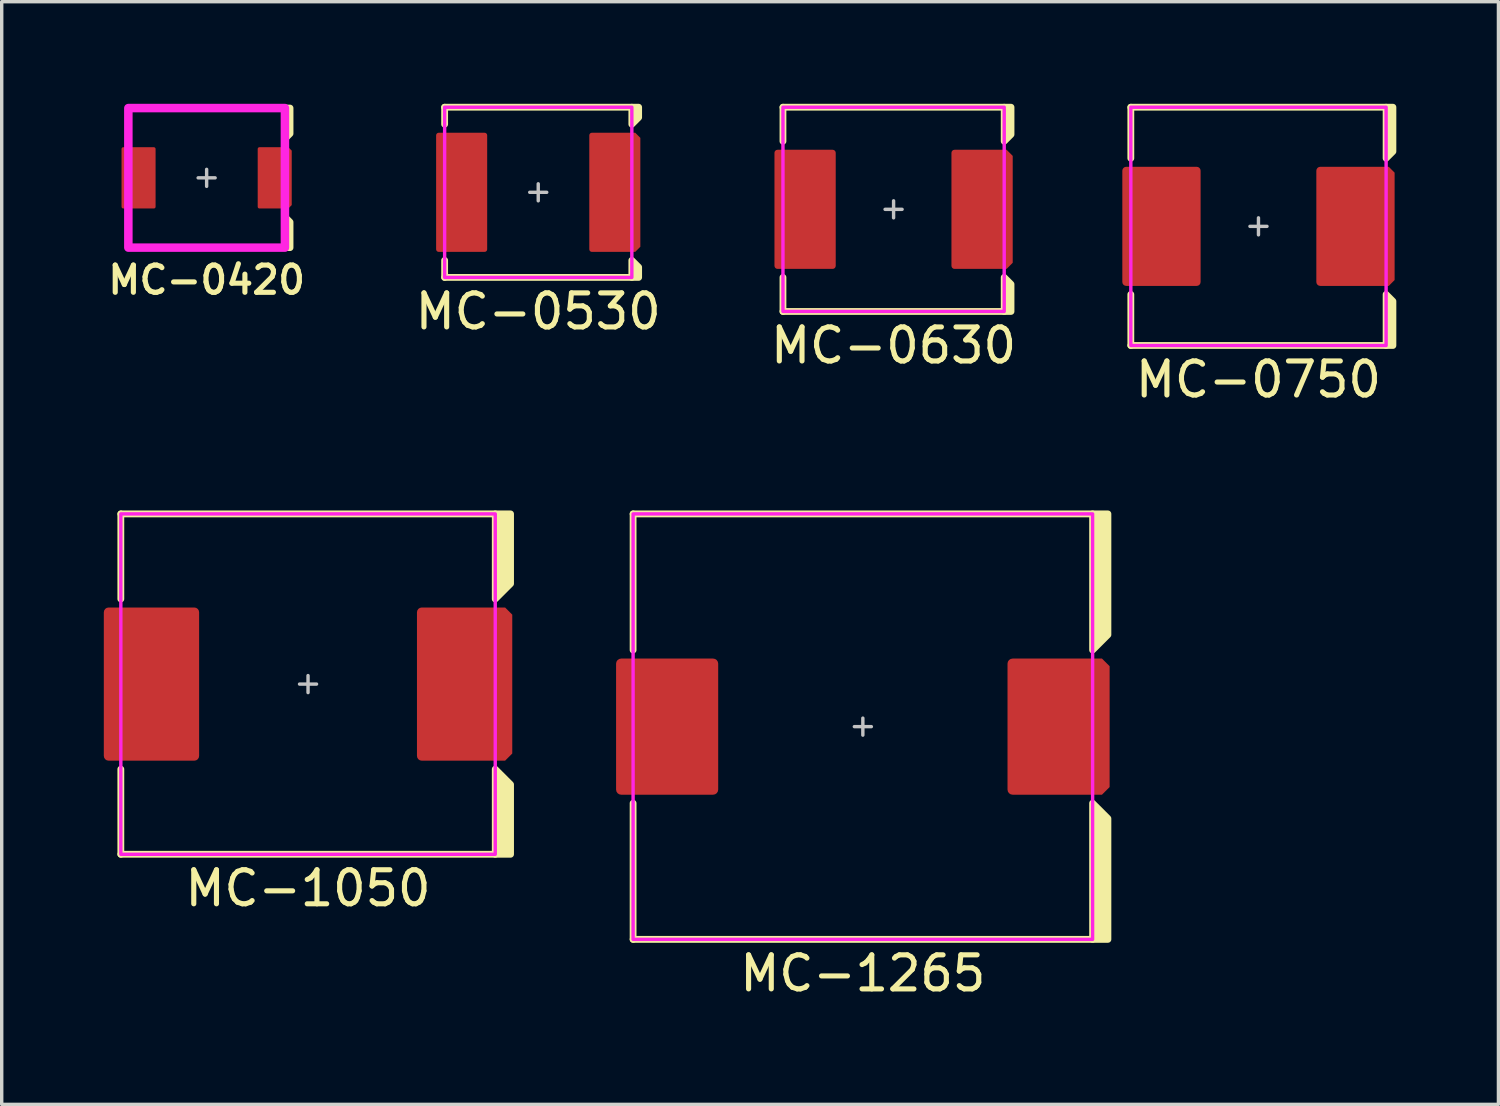
<source format=kicad_pcb>
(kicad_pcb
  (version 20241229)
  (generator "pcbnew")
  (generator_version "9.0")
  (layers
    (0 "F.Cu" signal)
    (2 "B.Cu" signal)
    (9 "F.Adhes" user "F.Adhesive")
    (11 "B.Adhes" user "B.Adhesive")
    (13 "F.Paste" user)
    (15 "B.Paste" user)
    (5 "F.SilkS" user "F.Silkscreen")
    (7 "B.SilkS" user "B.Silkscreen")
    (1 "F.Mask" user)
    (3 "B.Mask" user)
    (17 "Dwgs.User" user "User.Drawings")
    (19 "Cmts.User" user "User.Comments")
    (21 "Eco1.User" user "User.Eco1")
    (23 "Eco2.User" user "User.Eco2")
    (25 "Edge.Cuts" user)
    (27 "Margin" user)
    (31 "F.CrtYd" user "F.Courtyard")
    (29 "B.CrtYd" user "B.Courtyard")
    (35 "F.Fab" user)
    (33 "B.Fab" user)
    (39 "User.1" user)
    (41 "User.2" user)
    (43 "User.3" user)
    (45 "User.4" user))
  (footprint "MC-0630"
    (layer "F.Cu")
    (at 23.203 3.1)
    (property "Reference" "MC-0630" (at 0 4 0) (unlocked yes) (layer "F.SilkS") (effects (font (size 1 1) (thickness 0.15))))
    (attr smd)
    (fp_line (start -3.25 -3) (end 3.25 -3) (stroke (width 0.2) (type solid)) (layer "F.SilkS"))
    (fp_line (start -3.25 -2) (end -3.25 -3) (stroke (width 0.2) (type solid)) (layer "F.SilkS"))
    (fp_line (start -3.25 3) (end -3.25 2) (stroke (width 0.2) (type solid)) (layer "F.SilkS"))
    (fp_line (start 3.25 3) (end -3.25 3) (stroke (width 0.2) (type solid)) (layer "F.SilkS"))
    (fp_poly (pts (xy 3.25 -2) (xy 3.45 -2.2) (xy 3.45 -3) (xy 3.25 -3)) (stroke (width 0.2) (type solid)) (fill yes) (layer "F.SilkS"))
    (fp_poly (pts (xy 3.25 2) (xy 3.45 2.2) (xy 3.45 3) (xy 3.25 3)) (stroke (width 0.2) (type solid)) (fill yes) (layer "F.SilkS"))
    (fp_poly (pts (xy -1.85 -0.1) (xy -3.35 -0.1) (xy -3.35 -1.6) (xy -1.85 -1.6)) (stroke (width 0) (type solid)) (fill yes) (layer "F.Paste"))
    (fp_poly (pts (xy -1.85 1.6) (xy -3.35 1.6) (xy -3.35 0.1) (xy -1.85 0.1)) (stroke (width 0) (type solid)) (fill yes) (layer "F.Paste"))
    (fp_poly (pts (xy 1.85 -0.1) (xy 3.35 -0.1) (xy 3.35 -1.5) (xy 3.25 -1.6) (xy 1.85 -1.6)) (stroke (width 0) (type solid)) (fill yes) (layer "F.Paste"))
    (fp_poly (pts (xy 1.85 0.1) (xy 3.35 0.1) (xy 3.35 1.5) (xy 3.25 1.6) (xy 1.85 1.6)) (stroke (width 0) (type solid)) (fill yes) (layer "F.Paste"))
    (fp_line (start -0.25 0) (end 0.25 0) (stroke (width 0.1) (type solid)) (layer "Dwgs.User"))
    (fp_line (start 0 -0.25) (end 0 0.25) (stroke (width 0.1) (type solid)) (layer "Dwgs.User"))
    (fp_poly (pts (xy 3.25 3) (xy -3.25 3) (xy -3.25 -3) (xy 3.25 -3)) (stroke (width 0.1) (type solid)) (fill no) (layer "F.CrtYd"))
    (pad "1" smd roundrect (at 2.6 0 90) (size 3.5 1.8) (layers "F.Cu" "F.Mask") (roundrect_rratio 0.05) (chamfer_ratio 0.1) (chamfer bottom_left bottom_right))
    (pad "2" smd roundrect (at -2.6 0 90) (size 3.5 1.8) (layers "F.Cu" "F.Mask") (roundrect_rratio 0.05)))
  (footprint "MC-0420"
    (layer "F.Cu")
    (at 3.021 2.175)
    (property "Reference" "MC-0420" (at 0 3 0) (unlocked yes) (layer "F.SilkS") (effects (font (size 0.8 0.8) (thickness 0.15))))
    (attr smd)
    (fp_line (start -2.3 -2.05) (end -2.3 -1.15) (stroke (width 0.2) (type solid)) (layer "F.SilkS"))
    (fp_line (start -2.3 1.15) (end -2.3 2.05) (stroke (width 0.2) (type solid)) (layer "F.SilkS"))
    (fp_line (start -2.3 2.05) (end 2.3 2.05) (stroke (width 0.2) (type solid)) (layer "F.SilkS"))
    (fp_line (start 2.3 -2.05) (end -2.3 -2.05) (stroke (width 0.2) (type solid)) (layer "F.SilkS"))
    (fp_poly (pts (xy 2.3 -1.15) (xy 2.45 -1.3) (xy 2.45 -2.05) (xy 2.3 -2.05)) (stroke (width 0.2) (type solid)) (fill yes) (layer "F.SilkS"))
    (fp_poly (pts (xy 2.3 1.15) (xy 2.45 1.3) (xy 2.45 2.05) (xy 2.3 2.05)) (stroke (width 0.2) (type solid)) (fill yes) (layer "F.SilkS"))
    (fp_rect (start -2.4 -0.8) (end -1.6 -0.075) (stroke (width 0) (type solid)) (fill yes) (layer "F.Paste"))
    (fp_rect (start -2.4 0.075) (end -1.6 0.8) (stroke (width 0) (type solid)) (fill yes) (layer "F.Paste"))
    (fp_poly (pts (xy 2.4 -0.75) (xy 2.4 -0.075) (xy 1.6 -0.075) (xy 1.6 -0.8) (xy 2.35 -0.8)) (stroke (width 0) (type solid)) (fill yes) (layer "F.Paste"))
    (fp_poly (pts (xy 2.4 0.75) (xy 2.4 0.075) (xy 1.6 0.075) (xy 1.6 0.8) (xy 2.35 0.8)) (stroke (width 0) (type solid)) (fill yes) (layer "F.Paste"))
    (fp_line (start -0.25 0) (end 0.25 0) (stroke (width 0.1) (type solid)) (layer "Dwgs.User"))
    (fp_line (start 0 -0.25) (end 0 0.25) (stroke (width 0.1) (type solid)) (layer "Dwgs.User"))
    (fp_rect (start -2.3 -2.05) (end 2.3 2.05) (stroke (width 0.25) (type solid)) (fill no) (layer "F.CrtYd"))
    (pad "1" smd roundrect (at 2 0 90) (size 1.8 1) (layers "F.Cu" "F.Mask") (roundrect_rratio 0.05) (chamfer_ratio 0.1) (chamfer bottom_left bottom_right))
    (pad "2" smd roundrect (at -2 0 90) (size 1.8 1) (layers "F.Cu" "F.Mask") (roundrect_rratio 0.05)))
  (footprint "MC-0530"
    (layer "F.Cu")
    (at 12.763 2.6)
    (property "Reference" "MC-0530" (at 0 3.5 0) (unlocked yes) (layer "F.SilkS") (effects (font (size 1 1) (thickness 0.15))))
    (attr smd)
    (fp_line (start -2.75 -2.5) (end 2.75 -2.5) (stroke (width 0.2) (type solid)) (layer "F.SilkS"))
    (fp_line (start -2.75 -2) (end -2.75 -2.5) (stroke (width 0.2) (type solid)) (layer "F.SilkS"))
    (fp_line (start -2.75 2.5) (end -2.75 2) (stroke (width 0.2) (type solid)) (layer "F.SilkS"))
    (fp_line (start 2.75 2.5) (end -2.75 2.5) (stroke (width 0.2) (type solid)) (layer "F.SilkS"))
    (fp_poly (pts (xy 2.75 -2) (xy 2.95 -2.2) (xy 2.95 -2.5) (xy 2.75 -2.5)) (stroke (width 0.2) (type solid)) (fill yes) (layer "F.SilkS"))
    (fp_poly (pts (xy 2.75 2) (xy 2.95 2.2) (xy 2.95 2.5) (xy 2.75 2.5)) (stroke (width 0.2) (type solid)) (fill yes) (layer "F.SilkS"))
    (fp_poly (pts (xy -1.65 -1.3) (xy -2.85 -1.3) (xy -2.85 -1.6) (xy -1.65 -1.6)) (stroke (width 0) (type solid)) (fill yes) (layer "F.Paste"))
    (fp_poly (pts (xy -1.65 -0.1) (xy -2.85 -0.1) (xy -2.85 -1.1) (xy -1.65 -1.1)) (stroke (width 0) (type solid)) (fill yes) (layer "F.Paste"))
    (fp_poly (pts (xy -1.65 1.1) (xy -2.85 1.1) (xy -2.85 0.1) (xy -1.65 0.1)) (stroke (width 0) (type solid)) (fill yes) (layer "F.Paste"))
    (fp_poly (pts (xy -1.65 1.6) (xy -2.85 1.6) (xy -2.85 1.3) (xy -1.65 1.3)) (stroke (width 0) (type solid)) (fill yes) (layer "F.Paste"))
    (fp_poly (pts (xy 2.85 -0.1) (xy 1.65 -0.1) (xy 1.65 -1.1) (xy 2.85 -1.1)) (stroke (width 0) (type solid)) (fill yes) (layer "F.Paste"))
    (fp_poly (pts (xy 2.85 1.1) (xy 1.65 1.1) (xy 1.65 0.1) (xy 2.85 0.1)) (stroke (width 0) (type solid)) (fill yes) (layer "F.Paste"))
    (fp_poly (pts (xy 1.65 -1.3) (xy 2.85 -1.3) (xy 2.85 -1.5) (xy 2.75 -1.6) (xy 1.65 -1.6)) (stroke (width 0) (type solid)) (fill yes) (layer "F.Paste"))
    (fp_poly (pts (xy 1.65 1.3) (xy 2.85 1.3) (xy 2.85 1.5) (xy 2.75 1.6) (xy 1.65 1.6)) (stroke (width 0) (type solid)) (fill yes) (layer "F.Paste"))
    (fp_line (start -0.25 0) (end 0.25 0) (stroke (width 0.1) (type solid)) (layer "Dwgs.User"))
    (fp_line (start 0 -0.25) (end 0 0.25) (stroke (width 0.1) (type solid)) (layer "Dwgs.User"))
    (fp_poly (pts (xy 2.75 2.5) (xy -2.75 2.5) (xy -2.75 -2.5) (xy 2.75 -2.5)) (stroke (width 0.1) (type solid)) (fill no) (layer "F.CrtYd"))
    (pad "1" smd roundrect (at 2.25 0 90) (size 3.5 1.5) (layers "F.Cu" "F.Mask") (roundrect_rratio 0.05) (chamfer_ratio 0.1) (chamfer bottom_left bottom_right))
    (pad "2" smd roundrect (at -2.25 0 90) (size 3.5 1.5) (layers "F.Cu" "F.Mask") (roundrect_rratio 0.05)))
  (footprint "MC-1050"
    (layer "F.Cu")
    (at 6 17.048)
    (property "Reference" "MC-1050" (at 0 6 0) (unlocked yes) (layer "F.SilkS") (effects (font (size 1 1) (thickness 0.15))))
    (attr smd)
    (fp_line (start -5.5 -5) (end 5.5 -5) (stroke (width 0.2) (type solid)) (layer "F.SilkS"))
    (fp_line (start -5.5 -2.5) (end -5.5 -5) (stroke (width 0.2) (type solid)) (layer "F.SilkS"))
    (fp_line (start -5.5 5) (end -5.5 2.5) (stroke (width 0.2) (type solid)) (layer "F.SilkS"))
    (fp_line (start 5.5 5) (end -5.5 5) (stroke (width 0.2) (type solid)) (layer "F.SilkS"))
    (fp_poly (pts (xy 5.5 -2.5) (xy 5.95 -2.95) (xy 5.95 -5) (xy 5.5 -5)) (stroke (width 0.2) (type solid)) (fill yes) (layer "F.SilkS"))
    (fp_poly (pts (xy 5.5 2.5) (xy 5.95 2.95) (xy 5.95 5) (xy 5.5 5)) (stroke (width 0.2) (type solid)) (fill yes) (layer "F.SilkS"))
    (fp_poly (pts (xy -5.85 -2.1) (xy -4.7 -2.1) (xy -4.7 -1.65) (xy -5.85 -1.65)) (stroke (width 0) (type solid)) (fill yes) (layer "F.Paste"))
    (fp_poly (pts (xy -5.85 -1.45) (xy -4.7 -1.45) (xy -4.7 -0.1) (xy -5.85 -0.1)) (stroke (width 0) (type solid)) (fill yes) (layer "F.Paste"))
    (fp_poly (pts (xy -5.85 0.1) (xy -4.7 0.1) (xy -4.7 1.45) (xy -5.85 1.45)) (stroke (width 0) (type solid)) (fill yes) (layer "F.Paste"))
    (fp_poly (pts (xy -5.85 1.65) (xy -4.7 1.65) (xy -4.7 2.1) (xy -5.85 2.1)) (stroke (width 0) (type solid)) (fill yes) (layer "F.Paste"))
    (fp_poly (pts (xy -4.5 -2.1) (xy -3.35 -2.1) (xy -3.35 -1.65) (xy -4.5 -1.65)) (stroke (width 0) (type solid)) (fill yes) (layer "F.Paste"))
    (fp_poly (pts (xy -4.5 -1.45) (xy -3.35 -1.45) (xy -3.35 -0.1) (xy -4.5 -0.1)) (stroke (width 0) (type solid)) (fill yes) (layer "F.Paste"))
    (fp_poly (pts (xy -4.5 0.1) (xy -3.35 0.1) (xy -3.35 1.45) (xy -4.5 1.45)) (stroke (width 0) (type solid)) (fill yes) (layer "F.Paste"))
    (fp_poly (pts (xy -4.5 1.65) (xy -3.35 1.65) (xy -3.35 2.1) (xy -4.5 2.1)) (stroke (width 0) (type solid)) (fill yes) (layer "F.Paste"))
    (fp_poly (pts (xy 3.35 -2.1) (xy 4.5 -2.1) (xy 4.5 -1.65) (xy 3.35 -1.65)) (stroke (width 0) (type solid)) (fill yes) (layer "F.Paste"))
    (fp_poly (pts (xy 3.35 -1.45) (xy 4.5 -1.45) (xy 4.5 -0.1) (xy 3.35 -0.1)) (stroke (width 0) (type solid)) (fill yes) (layer "F.Paste"))
    (fp_poly (pts (xy 3.35 0.1) (xy 4.5 0.1) (xy 4.5 1.45) (xy 3.35 1.45)) (stroke (width 0) (type solid)) (fill yes) (layer "F.Paste"))
    (fp_poly (pts (xy 3.35 1.65) (xy 4.5 1.65) (xy 4.5 2.1) (xy 3.35 2.1)) (stroke (width 0) (type solid)) (fill yes) (layer "F.Paste"))
    (fp_poly (pts (xy 4.7 -1.45) (xy 5.85 -1.45) (xy 5.85 -0.1) (xy 4.7 -0.1)) (stroke (width 0) (type solid)) (fill yes) (layer "F.Paste"))
    (fp_poly (pts (xy 4.7 0.1) (xy 5.85 0.1) (xy 5.85 1.45) (xy 4.7 1.45)) (stroke (width 0) (type solid)) (fill yes) (layer "F.Paste"))
    (fp_poly (pts (xy 4.7 -1.65) (xy 5.85 -1.65) (xy 5.85 -2) (xy 5.75 -2.1) (xy 4.7 -2.1)) (stroke (width 0) (type solid)) (fill yes) (layer "F.Paste"))
    (fp_poly (pts (xy 4.7 1.65) (xy 5.85 1.65) (xy 5.85 2) (xy 5.75 2.1) (xy 4.7 2.1)) (stroke (width 0) (type solid)) (fill yes) (layer "F.Paste"))
    (fp_line (start -0.25 0) (end 0.25 0) (stroke (width 0.1) (type solid)) (layer "Dwgs.User"))
    (fp_line (start 0 -0.25) (end 0 0.25) (stroke (width 0.1) (type solid)) (layer "Dwgs.User"))
    (fp_poly (pts (xy 5.5 5) (xy -5.5 5) (xy -5.5 -5) (xy 5.5 -5)) (stroke (width 0.1) (type solid)) (fill no) (layer "F.CrtYd"))
    (pad "1" smd roundrect (at 4.6 0 90) (size 4.5 2.8) (layers "F.Cu" "F.Mask") (roundrect_rratio 0.05) (chamfer_ratio 0.075) (chamfer bottom_left bottom_right))
    (pad "2" smd roundrect (at -4.6 0 90) (size 4.5 2.8) (layers "F.Cu" "F.Mask") (roundrect_rratio 0.05)))
  (footprint "MC-0750"
    (layer "F.Cu")
    (at 33.923 3.6)
    (property "Reference" "MC-0750" (at 0 4.5 0) (unlocked yes) (layer "F.SilkS") (effects (font (size 1 1) (thickness 0.15))))
    (attr smd)
    (fp_line (start -3.75 -3.5) (end 3.75 -3.5) (stroke (width 0.2) (type solid)) (layer "F.SilkS"))
    (fp_line (start -3.75 -2) (end -3.75 -3.5) (stroke (width 0.2) (type solid)) (layer "F.SilkS"))
    (fp_line (start -3.75 3.5) (end -3.75 2) (stroke (width 0.2) (type solid)) (layer "F.SilkS"))
    (fp_line (start 3.75 3.5) (end -3.75 3.5) (stroke (width 0.2) (type solid)) (layer "F.SilkS"))
    (fp_poly (pts (xy 3.75 -2) (xy 3.95 -2.2) (xy 3.95 -3.5) (xy 3.75 -3.5)) (stroke (width 0.2) (type solid)) (fill yes) (layer "F.SilkS"))
    (fp_poly (pts (xy 3.75 2) (xy 3.95 2.2) (xy 3.95 3.5) (xy 3.75 3.5)) (stroke (width 0.2) (type solid)) (fill yes) (layer "F.SilkS"))
    (fp_poly (pts (xy -3.85 -1.6) (xy -2.95 -1.6) (xy -2.95 -0.1) (xy -3.85 -0.1)) (stroke (width 0) (type solid)) (fill yes) (layer "F.Paste"))
    (fp_poly (pts (xy -3.85 0.1) (xy -2.95 0.1) (xy -2.95 1.6) (xy -3.85 1.6)) (stroke (width 0) (type solid)) (fill yes) (layer "F.Paste"))
    (fp_poly (pts (xy -2.75 -1.6) (xy -1.85 -1.6) (xy -1.85 -0.1) (xy -2.75 -0.1)) (stroke (width 0) (type solid)) (fill yes) (layer "F.Paste"))
    (fp_poly (pts (xy -2.75 0.1) (xy -1.85 0.1) (xy -1.85 1.6) (xy -2.75 1.6)) (stroke (width 0) (type solid)) (fill yes) (layer "F.Paste"))
    (fp_poly (pts (xy 1.85 -1.6) (xy 2.75 -1.6) (xy 2.75 -0.1) (xy 1.85 -0.1)) (stroke (width 0) (type solid)) (fill yes) (layer "F.Paste"))
    (fp_poly (pts (xy 1.85 0.1) (xy 2.75 0.1) (xy 2.75 1.6) (xy 1.85 1.6)) (stroke (width 0) (type solid)) (fill yes) (layer "F.Paste"))
    (fp_poly (pts (xy 2.95 -0.1) (xy 3.85 -0.1) (xy 3.85 -1.5) (xy 3.75 -1.6) (xy 2.95 -1.6)) (stroke (width 0) (type solid)) (fill yes) (layer "F.Paste"))
    (fp_poly (pts (xy 2.95 0.1) (xy 3.85 0.1) (xy 3.85 1.5) (xy 3.75 1.6) (xy 2.95 1.6)) (stroke (width 0) (type solid)) (fill yes) (layer "F.Paste"))
    (fp_line (start -0.25 0) (end 0.25 0) (stroke (width 0.1) (type solid)) (layer "Dwgs.User"))
    (fp_line (start 0 -0.25) (end 0 0.25) (stroke (width 0.1) (type solid)) (layer "Dwgs.User"))
    (fp_poly (pts (xy 3.75 3.5) (xy -3.75 3.5) (xy -3.75 -3.5) (xy 3.75 -3.5)) (stroke (width 0.1) (type solid)) (fill no) (layer "F.CrtYd"))
    (pad "1" smd roundrect (at 2.85 0 90) (size 3.5 2.3) (layers "F.Cu" "F.Mask") (roundrect_rratio 0.05) (chamfer_ratio 0.075) (chamfer bottom_left bottom_right))
    (pad "2" smd roundrect (at -2.85 0 90) (size 3.5 2.3) (layers "F.Cu" "F.Mask") (roundrect_rratio 0.05)))
  (footprint "MC-1265"
    (layer "F.Cu")
    (at 22.3 18.298)
    (property "Reference" "MC-1265" (at 0 7.25 0) (unlocked yes) (layer "F.SilkS") (effects (font (size 1 1) (thickness 0.15))))
    (attr smd)
    (fp_line (start -6.75 -6.25) (end 6.75 -6.25) (stroke (width 0.2) (type solid)) (layer "F.SilkS"))
    (fp_line (start -6.75 -2.25) (end -6.75 -6.25) (stroke (width 0.2) (type solid)) (layer "F.SilkS"))
    (fp_line (start -6.75 6.25) (end -6.75 2.25) (stroke (width 0.2) (type solid)) (layer "F.SilkS"))
    (fp_line (start 6.75 6.25) (end -6.75 6.25) (stroke (width 0.2) (type solid)) (layer "F.SilkS"))
    (fp_poly (pts (xy 6.75 -2.25) (xy 7.2 -2.7) (xy 7.2 -6.25) (xy 6.75 -6.25)) (stroke (width 0.2) (type solid)) (fill yes) (layer "F.SilkS"))
    (fp_poly (pts (xy 6.75 2.25) (xy 7.2 2.7) (xy 7.2 6.25) (xy 6.75 6.25)) (stroke (width 0.2) (type solid)) (fill yes) (layer "F.SilkS"))
    (fp_poly (pts (xy -7.1 -1.85) (xy -5.85 -1.85) (xy -5.85 -0.1) (xy -7.1 -0.1)) (stroke (width 0) (type solid)) (fill yes) (layer "F.Paste"))
    (fp_poly (pts (xy -7.1 0.1) (xy -5.85 0.1) (xy -5.85 1.85) (xy -7.1 1.85)) (stroke (width 0) (type solid)) (fill yes) (layer "F.Paste"))
    (fp_poly (pts (xy -5.65 -1.85) (xy -4.4 -1.85) (xy -4.4 -0.1) (xy -5.65 -0.1)) (stroke (width 0) (type solid)) (fill yes) (layer "F.Paste"))
    (fp_poly (pts (xy -5.65 0.1) (xy -4.4 0.1) (xy -4.4 1.85) (xy -5.65 1.85)) (stroke (width 0) (type solid)) (fill yes) (layer "F.Paste"))
    (fp_poly (pts (xy 4.4 -1.85) (xy 5.7 -1.85) (xy 5.7 -0.1) (xy 4.4 -0.1)) (stroke (width 0) (type solid)) (fill yes) (layer "F.Paste"))
    (fp_poly (pts (xy 4.4 0.1) (xy 5.7 0.1) (xy 5.7 1.85) (xy 4.4 1.85)) (stroke (width 0) (type solid)) (fill yes) (layer "F.Paste"))
    (fp_poly (pts (xy 5.9 -0.1) (xy 7.1 -0.1) (xy 7.1 -1.75) (xy 7 -1.85) (xy 5.9 -1.85)) (stroke (width 0) (type solid)) (fill yes) (layer "F.Paste"))
    (fp_poly (pts (xy 5.9 0.1) (xy 7.1 0.1) (xy 7.1 1.75) (xy 7 1.85) (xy 5.9 1.85)) (stroke (width 0) (type solid)) (fill yes) (layer "F.Paste"))
    (fp_line (start -0.25 0) (end 0.25 0) (stroke (width 0.1) (type solid)) (layer "Dwgs.User"))
    (fp_line (start 0 -0.25) (end 0 0.25) (stroke (width 0.1) (type solid)) (layer "Dwgs.User"))
    (fp_poly (pts (xy 6.75 6.25) (xy -6.75 6.25) (xy -6.75 -6.25) (xy 6.75 -6.25)) (stroke (width 0.1) (type solid)) (fill no) (layer "F.CrtYd"))
    (pad "1" smd roundrect (at 5.75 0 90) (size 4 3) (layers "F.Cu" "F.Mask") (roundrect_rratio 0.05) (chamfer_ratio 0.075) (chamfer bottom_left bottom_right))
    (pad "2" smd roundrect (at -5.75 0 90) (size 4 3) (layers "F.Cu" "F.Mask") (roundrect_rratio 0.05)))
  (gr_rect
    (start -3 -3)
    (end 40.973 29.396)
    (stroke (width 0.1) (type default))
    (fill no)
    (layer "Edge.Cuts")))
</source>
